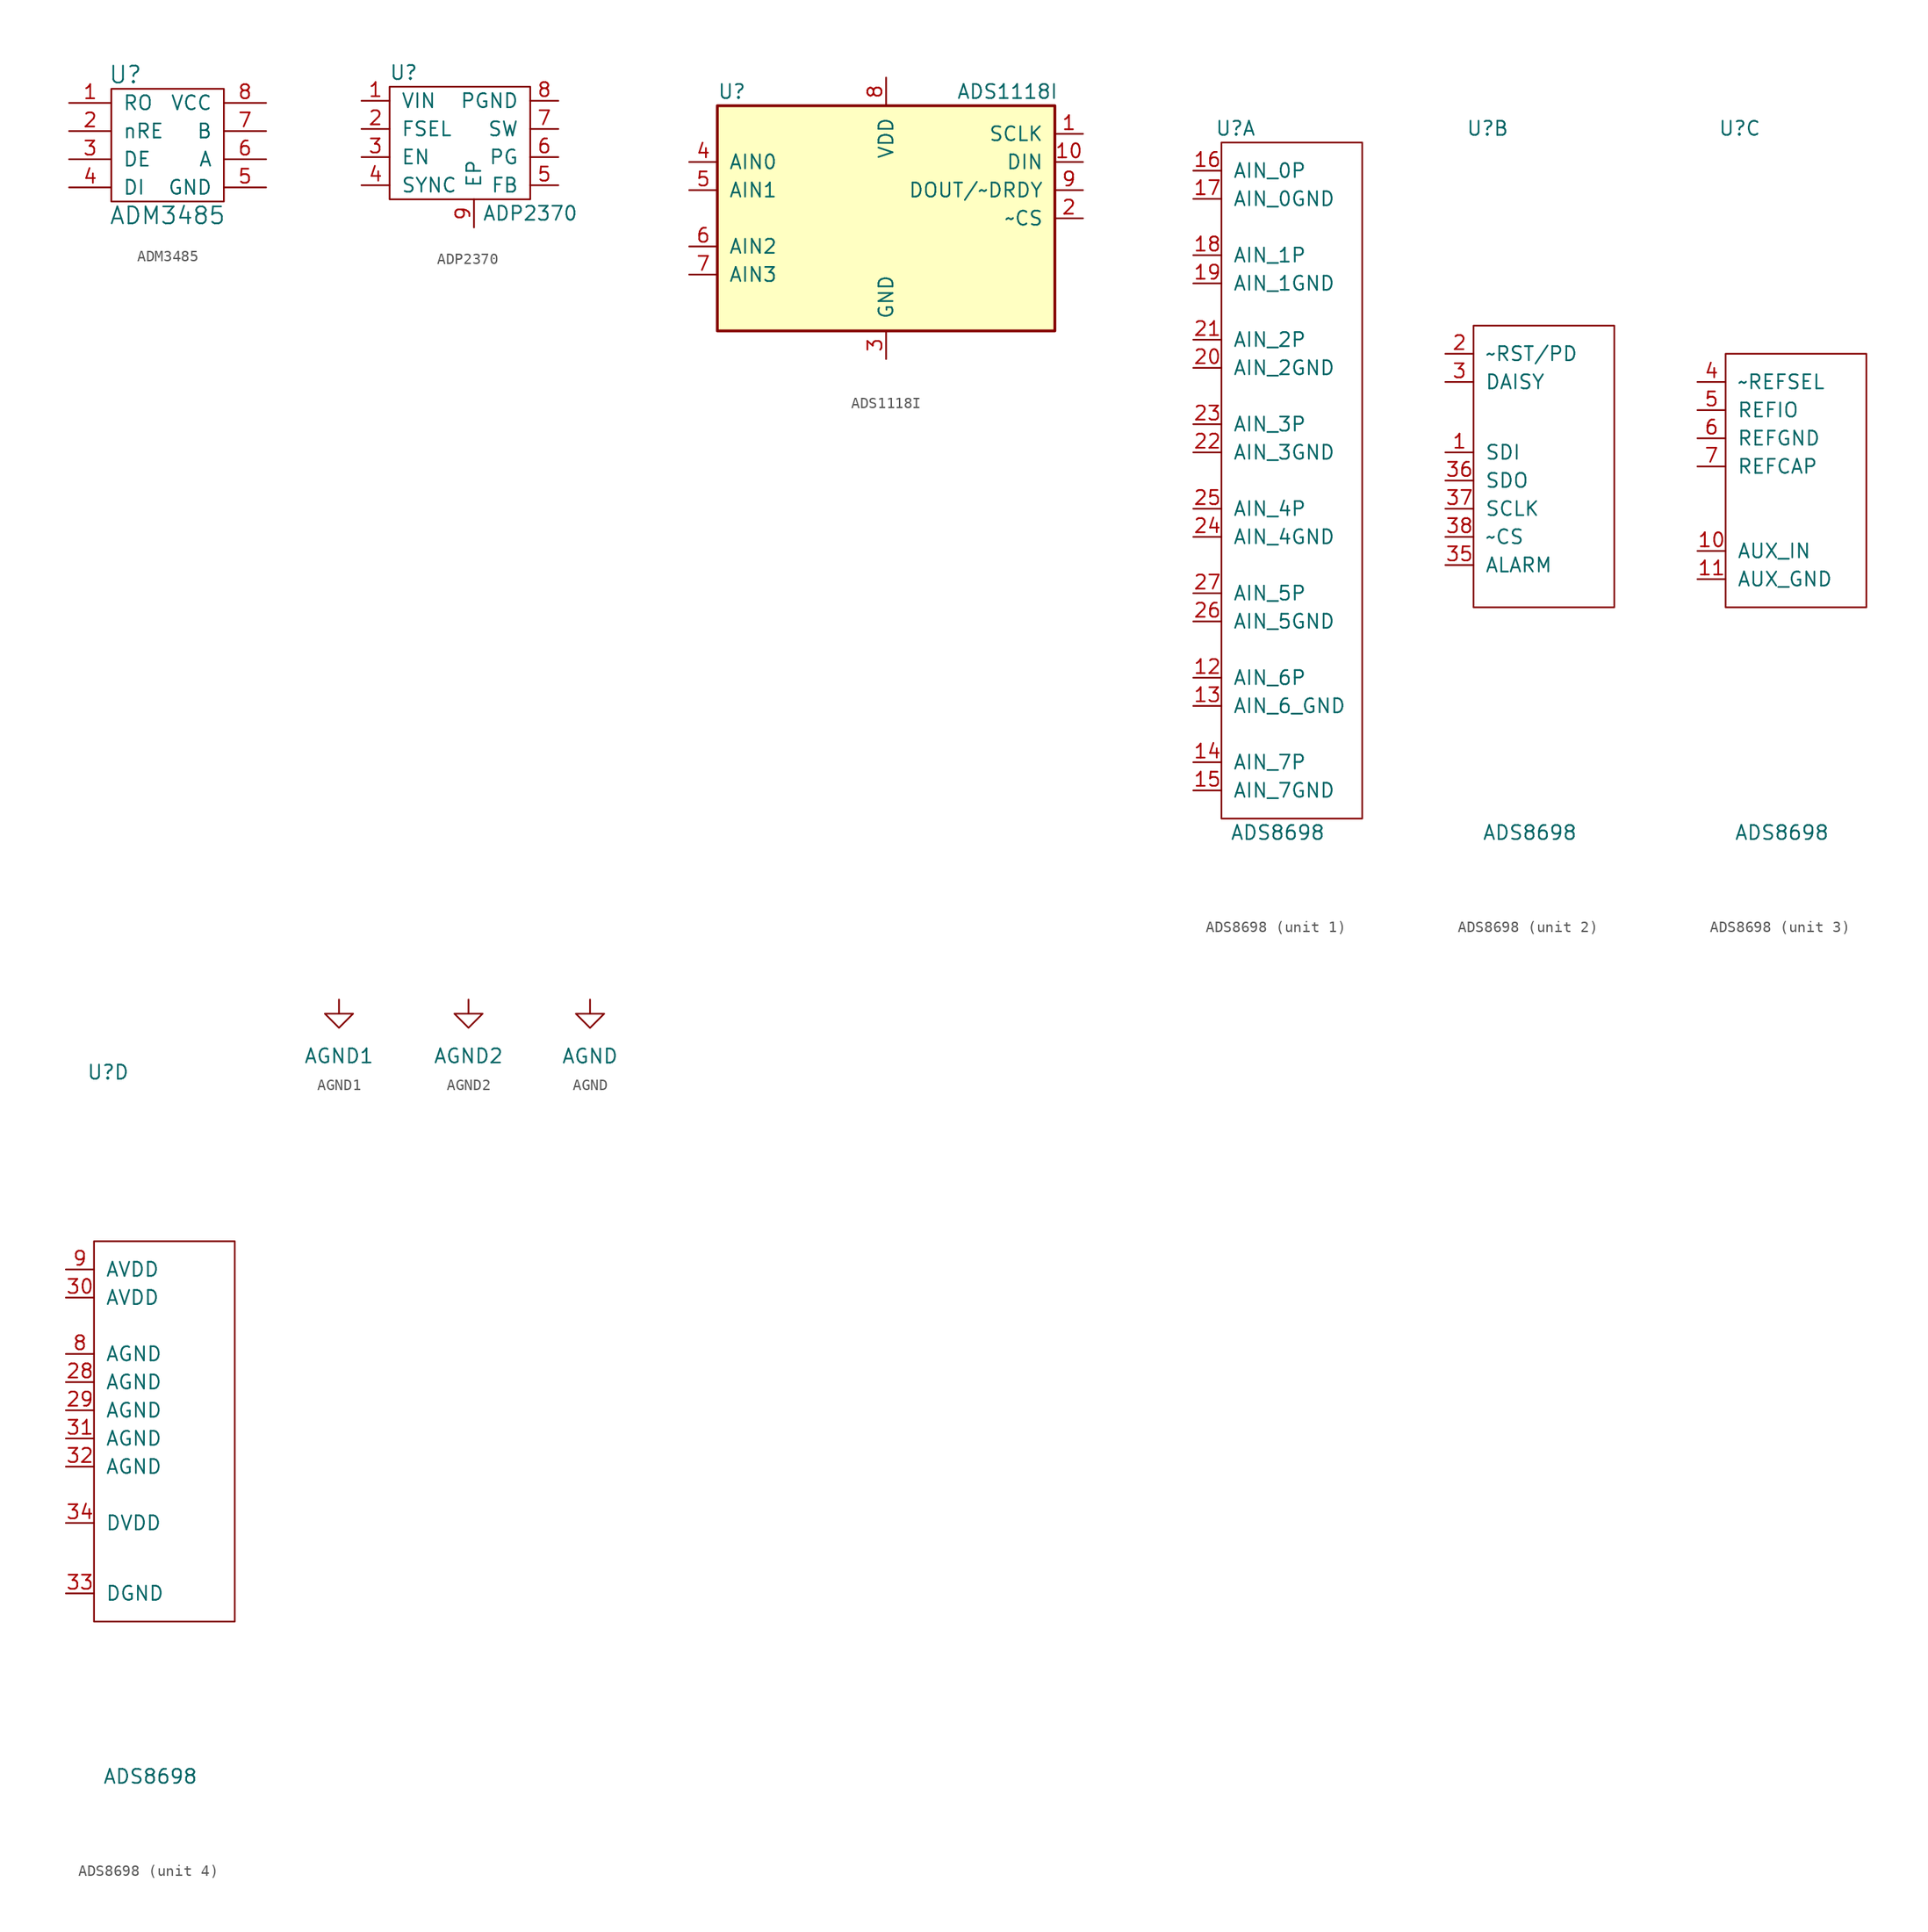
<source format=kicad_sym>
(kicad_symbol_lib
  (version 20210619)
  (generator kicad_symbol_editor)
  (symbol "tinkerforge:ADM3485"
    (pin_names
      (offset 1.016))
    (property "Reference" "U"
      (at -3.81 6.35 0)
      (effects (font (size 1.524 1.524))))
    (property "Value" "ADM3485"
      (at 0 -6.35 0)
      (effects (font (size 1.524 1.524))))
    (property "Footprint" ""
      (at 0 0 0)
      (effects (font (size 1.524 1.524))))
    (property "Datasheet" ""
      (at 0 0 0)
      (effects (font (size 1.524 1.524))))
    (symbol "ADM3485_0_1"
      (rectangle (start -5.08 5.08) (end 5.08 -5.08) (stroke (width 0)) (fill (type none))))
    (symbol "ADM3485_1_1"
      (pin passive line (at -8.89 3.81 0) (length 3.81) (name "RO" (effects (font (size 1.27 1.27)))) (number "1" (effects (font (size 1.27 1.27)))))
      (pin passive line (at -8.89 1.27 0) (length 3.81) (name "nRE" (effects (font (size 1.27 1.27)))) (number "2" (effects (font (size 1.27 1.27)))))
      (pin passive line (at -8.89 -1.27 0) (length 3.81) (name "DE" (effects (font (size 1.27 1.27)))) (number "3" (effects (font (size 1.27 1.27)))))
      (pin passive line (at -8.89 -3.81 0) (length 3.81) (name "DI" (effects (font (size 1.27 1.27)))) (number "4" (effects (font (size 1.27 1.27)))))
      (pin passive line (at 8.89 -3.81 180) (length 3.81) (name "GND" (effects (font (size 1.27 1.27)))) (number "5" (effects (font (size 1.27 1.27)))))
      (pin passive line (at 8.89 -1.27 180) (length 3.81) (name "A" (effects (font (size 1.27 1.27)))) (number "6" (effects (font (size 1.27 1.27)))))
      (pin passive line (at 8.89 1.27 180) (length 3.81) (name "B" (effects (font (size 1.27 1.27)))) (number "7" (effects (font (size 1.27 1.27)))))
      (pin passive line (at 8.89 3.81 180) (length 3.81) (name "VCC" (effects (font (size 1.27 1.27)))) (number "8" (effects (font (size 1.27 1.27)))))))
  (symbol "tinkerforge:ADP2370"
    (pin_names
      (offset 1.016))
    (property "Reference" "U"
      (at -5.08 6.35 0)
      (effects (font (size 1.27 1.27))))
    (property "Value" "ADP2370"
      (at 6.35 -6.35 0)
      (effects (font (size 1.27 1.27))))
    (symbol "ADP2370_0_1"
      (rectangle (start -6.35 5.08) (end 6.35 -5.08) (stroke (width 0)) (fill (type none))))
    (symbol "ADP2370_1_1"
      (pin passive line (at -8.89 3.81 0) (length 2.54) (name "VIN" (effects (font (size 1.27 1.27)))) (number "1" (effects (font (size 1.27 1.27)))))
      (pin passive line (at -8.89 1.27 0) (length 2.54) (name "FSEL" (effects (font (size 1.27 1.27)))) (number "2" (effects (font (size 1.27 1.27)))))
      (pin passive line (at -8.89 -1.27 0) (length 2.54) (name "EN" (effects (font (size 1.27 1.27)))) (number "3" (effects (font (size 1.27 1.27)))))
      (pin passive line (at -8.89 -3.81 0) (length 2.54) (name "SYNC" (effects (font (size 1.27 1.27)))) (number "4" (effects (font (size 1.27 1.27)))))
      (pin passive line (at 8.89 -3.81 180) (length 2.54) (name "FB" (effects (font (size 1.27 1.27)))) (number "5" (effects (font (size 1.27 1.27)))))
      (pin passive line (at 8.89 -1.27 180) (length 2.54) (name "PG" (effects (font (size 1.27 1.27)))) (number "6" (effects (font (size 1.27 1.27)))))
      (pin passive line (at 8.89 1.27 180) (length 2.54) (name "SW" (effects (font (size 1.27 1.27)))) (number "7" (effects (font (size 1.27 1.27)))))
      (pin passive line (at 8.89 3.81 180) (length 2.54) (name "PGND" (effects (font (size 1.27 1.27)))) (number "8" (effects (font (size 1.27 1.27)))))
      (pin passive line (at 1.27 -7.62 90) (length 2.54) (name "EP" (effects (font (size 1.27 1.27)))) (number "9" (effects (font (size 1.27 1.27)))))))
  (symbol "tinkerforge:ADS1118I"
    (pin_names
      (offset 1.016))
    (property "Reference" "U"
      (at -15.24 11.43 0)
      (effects (font (size 1.27 1.27)) (justify left)))
    (property "Value" "ADS1118I"
      (at 6.35 11.43 0)
      (effects (font (size 1.27 1.27)) (justify left)))
    (symbol "ADS1118I_0_1"
      (rectangle (start 15.24 10.16) (end -15.24 -10.16) (stroke (width 0.254)) (fill (type background))))
    (symbol "ADS1118I_1_1"
      (pin input line (at 17.78 7.62 180) (length 2.54) (name "SCLK" (effects (font (size 1.27 1.27)))) (number "1" (effects (font (size 1.27 1.27)))))
      (pin input line (at 17.78 5.08 180) (length 2.54) (name "DIN" (effects (font (size 1.27 1.27)))) (number "10" (effects (font (size 1.27 1.27)))))
      (pin input line (at 17.78 0 180) (length 2.54) (name "~CS" (effects (font (size 1.27 1.27)))) (number "2" (effects (font (size 1.27 1.27)))))
      (pin power_in line (at 0 -12.7 90) (length 2.54) (name "GND" (effects (font (size 1.27 1.27)))) (number "3" (effects (font (size 1.27 1.27)))))
      (pin input line (at -17.78 5.08 0) (length 2.54) (name "AIN0" (effects (font (size 1.27 1.27)))) (number "4" (effects (font (size 1.27 1.27)))))
      (pin input line (at -17.78 2.54 0) (length 2.54) (name "AIN1" (effects (font (size 1.27 1.27)))) (number "5" (effects (font (size 1.27 1.27)))))
      (pin input line (at -17.78 -2.54 0) (length 2.54) (name "AIN2" (effects (font (size 1.27 1.27)))) (number "6" (effects (font (size 1.27 1.27)))))
      (pin input line (at -17.78 -5.08 0) (length 2.54) (name "AIN3" (effects (font (size 1.27 1.27)))) (number "7" (effects (font (size 1.27 1.27)))))
      (pin power_in line (at 0 12.7 270) (length 2.54) (name "VDD" (effects (font (size 1.27 1.27)))) (number "8" (effects (font (size 1.27 1.27)))))
      (pin output line (at 17.78 2.54 180) (length 2.54) (name "DOUT/~DRDY" (effects (font (size 1.27 1.27)))) (number "9" (effects (font (size 1.27 1.27)))))))
  (symbol "tinkerforge:ADS8698"
    (pin_names
      (offset 1.016))
    (property "Reference" "U"
      (at 1.27 31.75 0)
      (effects (font (size 1.27 1.27))))
    (property "Value" "ADS8698"
      (at 5.08 -31.75 0)
      (effects (font (size 1.27 1.27))))
    (property "ki_locked" ""
      (at 0 0 0)
      (effects (font (size 1.27 1.27))))
    (symbol "ADS8698_1_1"
      (rectangle (start 0 30.48) (end 12.7 -30.48) (stroke (width 0)) (fill (type none)))
      (pin passive line (at -2.54 -17.78 0) (length 2.54) (name "AIN_6P" (effects (font (size 1.27 1.27)))) (number "12" (effects (font (size 1.27 1.27)))))
      (pin passive line (at -2.54 -20.32 0) (length 2.54) (name "AIN_6_GND" (effects (font (size 1.27 1.27)))) (number "13" (effects (font (size 1.27 1.27)))))
      (pin passive line (at -2.54 -25.4 0) (length 2.54) (name "AIN_7P" (effects (font (size 1.27 1.27)))) (number "14" (effects (font (size 1.27 1.27)))))
      (pin passive line (at -2.54 -27.94 0) (length 2.54) (name "AIN_7GND" (effects (font (size 1.27 1.27)))) (number "15" (effects (font (size 1.27 1.27)))))
      (pin passive line (at -2.54 27.94 0) (length 2.54) (name "AIN_0P" (effects (font (size 1.27 1.27)))) (number "16" (effects (font (size 1.27 1.27)))))
      (pin passive line (at -2.54 25.4 0) (length 2.54) (name "AIN_0GND" (effects (font (size 1.27 1.27)))) (number "17" (effects (font (size 1.27 1.27)))))
      (pin passive line (at -2.54 20.32 0) (length 2.54) (name "AIN_1P" (effects (font (size 1.27 1.27)))) (number "18" (effects (font (size 1.27 1.27)))))
      (pin passive line (at -2.54 17.78 0) (length 2.54) (name "AIN_1GND" (effects (font (size 1.27 1.27)))) (number "19" (effects (font (size 1.27 1.27)))))
      (pin passive line (at -2.54 10.16 0) (length 2.54) (name "AIN_2GND" (effects (font (size 1.27 1.27)))) (number "20" (effects (font (size 1.27 1.27)))))
      (pin passive line (at -2.54 12.7 0) (length 2.54) (name "AIN_2P" (effects (font (size 1.27 1.27)))) (number "21" (effects (font (size 1.27 1.27)))))
      (pin passive line (at -2.54 2.54 0) (length 2.54) (name "AIN_3GND" (effects (font (size 1.27 1.27)))) (number "22" (effects (font (size 1.27 1.27)))))
      (pin passive line (at -2.54 5.08 0) (length 2.54) (name "AIN_3P" (effects (font (size 1.27 1.27)))) (number "23" (effects (font (size 1.27 1.27)))))
      (pin passive line (at -2.54 -5.08 0) (length 2.54) (name "AIN_4GND" (effects (font (size 1.27 1.27)))) (number "24" (effects (font (size 1.27 1.27)))))
      (pin passive line (at -2.54 -2.54 0) (length 2.54) (name "AIN_4P" (effects (font (size 1.27 1.27)))) (number "25" (effects (font (size 1.27 1.27)))))
      (pin passive line (at -2.54 -12.7 0) (length 2.54) (name "AIN_5GND" (effects (font (size 1.27 1.27)))) (number "26" (effects (font (size 1.27 1.27)))))
      (pin passive line (at -2.54 -10.16 0) (length 2.54) (name "AIN_5P" (effects (font (size 1.27 1.27)))) (number "27" (effects (font (size 1.27 1.27))))))
    (symbol "ADS8698_2_1"
      (rectangle (start 0 13.97) (end 12.7 -11.43) (stroke (width 0)) (fill (type none)))
      (pin passive line (at -2.54 2.54 0) (length 2.54) (name "SDI" (effects (font (size 1.27 1.27)))) (number "1" (effects (font (size 1.27 1.27)))))
      (pin passive line (at -2.54 11.43 0) (length 2.54) (name "~RST/PD" (effects (font (size 1.27 1.27)))) (number "2" (effects (font (size 1.27 1.27)))))
      (pin passive line (at -2.54 8.89 0) (length 2.54) (name "DAISY" (effects (font (size 1.27 1.27)))) (number "3" (effects (font (size 1.27 1.27)))))
      (pin passive line (at -2.54 -7.62 0) (length 2.54) (name "ALARM" (effects (font (size 1.27 1.27)))) (number "35" (effects (font (size 1.27 1.27)))))
      (pin passive line (at -2.54 0 0) (length 2.54) (name "SDO" (effects (font (size 1.27 1.27)))) (number "36" (effects (font (size 1.27 1.27)))))
      (pin passive line (at -2.54 -2.54 0) (length 2.54) (name "SCLK" (effects (font (size 1.27 1.27)))) (number "37" (effects (font (size 1.27 1.27)))))
      (pin passive line (at -2.54 -5.08 0) (length 2.54) (name "~CS" (effects (font (size 1.27 1.27)))) (number "38" (effects (font (size 1.27 1.27))))))
    (symbol "ADS8698_3_1"
      (rectangle (start 0 11.43) (end 12.7 -11.43) (stroke (width 0)) (fill (type none)))
      (pin passive line (at -2.54 -6.35 0) (length 2.54) (name "AUX_IN" (effects (font (size 1.27 1.27)))) (number "10" (effects (font (size 1.27 1.27)))))
      (pin passive line (at -2.54 -8.89 0) (length 2.54) (name "AUX_GND" (effects (font (size 1.27 1.27)))) (number "11" (effects (font (size 1.27 1.27)))))
      (pin passive line (at -2.54 8.89 0) (length 2.54) (name "~REFSEL" (effects (font (size 1.27 1.27)))) (number "4" (effects (font (size 1.27 1.27)))))
      (pin passive line (at -2.54 6.35 0) (length 2.54) (name "REFIO" (effects (font (size 1.27 1.27)))) (number "5" (effects (font (size 1.27 1.27)))))
      (pin passive line (at -2.54 3.81 0) (length 2.54) (name "REFGND" (effects (font (size 1.27 1.27)))) (number "6" (effects (font (size 1.27 1.27)))))
      (pin passive line (at -2.54 1.27 0) (length 2.54) (name "REFCAP" (effects (font (size 1.27 1.27)))) (number "7" (effects (font (size 1.27 1.27))))))
    (symbol "ADS8698_4_1"
      (rectangle (start 0 16.51) (end 12.7 -17.78) (stroke (width 0)) (fill (type none)))
      (pin passive line (at -2.54 3.81 0) (length 2.54) (name "AGND" (effects (font (size 1.27 1.27)))) (number "28" (effects (font (size 1.27 1.27)))))
      (pin passive line (at -2.54 1.27 0) (length 2.54) (name "AGND" (effects (font (size 1.27 1.27)))) (number "29" (effects (font (size 1.27 1.27)))))
      (pin passive line (at -2.54 11.43 0) (length 2.54) (name "AVDD" (effects (font (size 1.27 1.27)))) (number "30" (effects (font (size 1.27 1.27)))))
      (pin passive line (at -2.54 -1.27 0) (length 2.54) (name "AGND" (effects (font (size 1.27 1.27)))) (number "31" (effects (font (size 1.27 1.27)))))
      (pin passive line (at -2.54 -3.81 0) (length 2.54) (name "AGND" (effects (font (size 1.27 1.27)))) (number "32" (effects (font (size 1.27 1.27)))))
      (pin passive line (at -2.54 -15.24 0) (length 2.54) (name "DGND" (effects (font (size 1.27 1.27)))) (number "33" (effects (font (size 1.27 1.27)))))
      (pin passive line (at -2.54 -8.89 0) (length 2.54) (name "DVDD" (effects (font (size 1.27 1.27)))) (number "34" (effects (font (size 1.27 1.27)))))
      (pin passive line (at -2.54 6.35 0) (length 2.54) (name "AGND" (effects (font (size 1.27 1.27)))) (number "8" (effects (font (size 1.27 1.27)))))
      (pin passive line (at -2.54 13.97 0) (length 2.54) (name "AVDD" (effects (font (size 1.27 1.27)))) (number "9" (effects (font (size 1.27 1.27)))))))
  (symbol "tinkerforge:AGND1"
    (power)
    (pin_names
      (offset 0))
    (property "Reference" "#PWR"
      (at 0 -6.35 0)
      (effects (font (size 1.27 1.27)) hide))
    (property "Value" "AGND1"
      (at 0 -5.08 0)
      (effects (font (size 1.27 1.27))))
    (property "Footprint" ""
      (at 0 0 0)
      (effects (font (size 1.27 1.27))))
    (property "Datasheet" ""
      (at 0 0 0)
      (effects (font (size 1.27 1.27))))
    (symbol "AGND1_0_1"
      (polyline (pts (xy 0 0) (xy 0 -1.27) (xy 1.27 -1.27) (xy 0 -2.54) (xy -1.27 -1.27) (xy 0 -1.27)) (stroke (width 0)) (fill (type none))))
    (symbol "AGND1_1_1"
      (pin power_in line (at 0 0 270) (length 0) hide (name "AGND1" (effects (font (size 1.27 1.27)))) (number "1" (effects (font (size 1.27 1.27)))))))
  (symbol "tinkerforge:AGND2"
    (power)
    (pin_names
      (offset 0))
    (property "Reference" "#PWR"
      (at 0 -6.35 0)
      (effects (font (size 1.27 1.27)) hide))
    (property "Value" "AGND2"
      (at 0 -5.08 0)
      (effects (font (size 1.27 1.27))))
    (property "Footprint" ""
      (at 0 0 0)
      (effects (font (size 1.27 1.27))))
    (property "Datasheet" ""
      (at 0 0 0)
      (effects (font (size 1.27 1.27))))
    (symbol "AGND2_0_1"
      (polyline (pts (xy 0 0) (xy 0 -1.27) (xy 1.27 -1.27) (xy 0 -2.54) (xy -1.27 -1.27) (xy 0 -1.27)) (stroke (width 0)) (fill (type none))))
    (symbol "AGND2_1_1"
      (pin power_in line (at 0 0 270) (length 0) hide (name "AGND2" (effects (font (size 1.27 1.27)))) (number "1" (effects (font (size 1.27 1.27)))))))
  (symbol "tinkerforge:AGND"
    (power)
    (pin_names
      (offset 0))
    (property "Reference" "#PWR"
      (at 0 -6.35 0)
      (effects (font (size 1.27 1.27)) hide))
    (property "Value" "AGND"
      (at 0 -5.08 0)
      (effects (font (size 1.27 1.27))))
    (property "Footprint" ""
      (at 0 0 0)
      (effects (font (size 1.27 1.27))))
    (property "Datasheet" ""
      (at 0 0 0)
      (effects (font (size 1.27 1.27))))
    (symbol "AGND_0_1"
      (polyline (pts (xy 0 0) (xy 0 -1.27) (xy 1.27 -1.27) (xy 0 -2.54) (xy -1.27 -1.27) (xy 0 -1.27)) (stroke (width 0)) (fill (type none))))
    (symbol "AGND_1_1"
      (pin power_in line (at 0 0 270) (length 0) hide (name "AGND" (effects (font (size 1.27 1.27)))) (number "1" (effects (font (size 1.27 1.27))))))))
</source>
